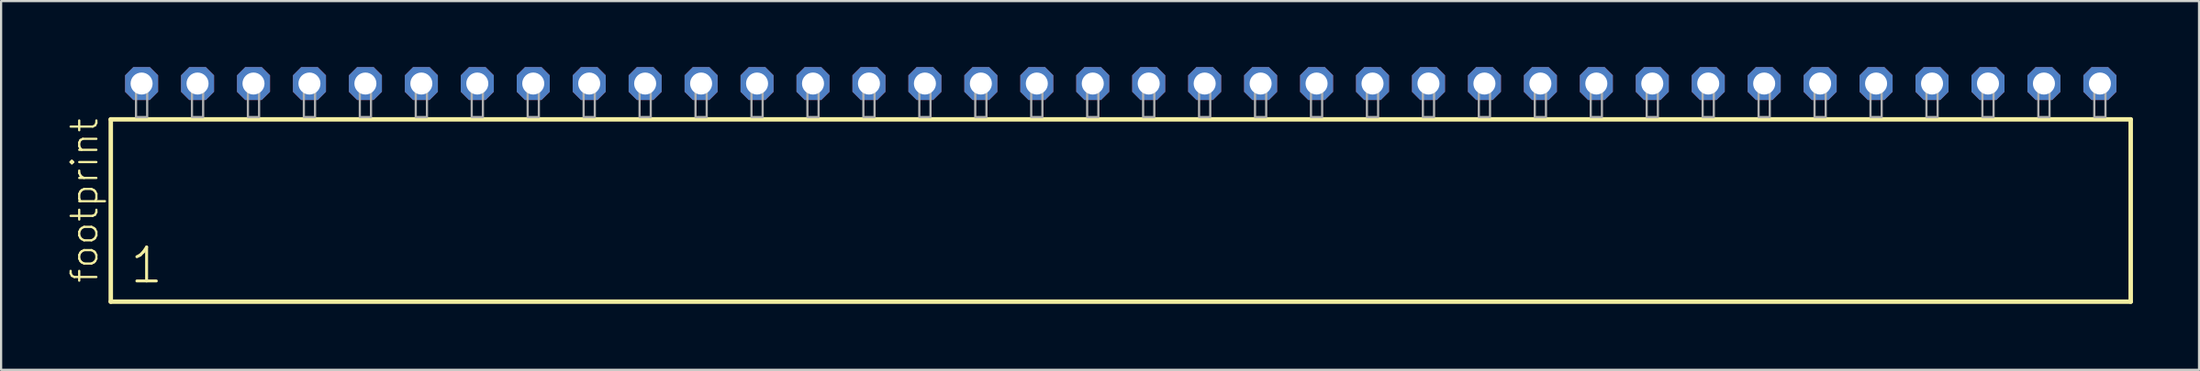
<source format=kicad_pcb>
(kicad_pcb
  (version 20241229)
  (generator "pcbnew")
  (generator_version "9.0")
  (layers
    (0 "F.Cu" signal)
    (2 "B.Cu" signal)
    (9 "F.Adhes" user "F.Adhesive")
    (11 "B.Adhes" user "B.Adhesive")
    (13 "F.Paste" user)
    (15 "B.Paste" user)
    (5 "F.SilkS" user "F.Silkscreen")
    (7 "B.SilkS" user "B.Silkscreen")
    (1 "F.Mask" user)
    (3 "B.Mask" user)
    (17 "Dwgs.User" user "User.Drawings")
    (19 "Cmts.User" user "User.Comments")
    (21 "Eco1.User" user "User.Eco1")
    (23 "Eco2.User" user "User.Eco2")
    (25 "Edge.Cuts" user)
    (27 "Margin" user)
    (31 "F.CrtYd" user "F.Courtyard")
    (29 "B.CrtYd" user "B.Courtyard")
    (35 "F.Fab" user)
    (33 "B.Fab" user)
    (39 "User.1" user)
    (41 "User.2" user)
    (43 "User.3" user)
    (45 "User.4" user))
  (footprint "footprint"
    (layer "F.Cu")
    (at 47.828 2.274)
    (property "Reference" "footprint" (at -46.355 7.62 90) (layer "F.SilkS") (effects (font (size 1.168 1.168) (thickness 0.102)) (justify left bottom)))
    (fp_line (start -45.849 0.106) (end -45.849 8.396) (stroke (width 0.203) (type solid)) (layer "F.SilkS"))
    (fp_line (start -45.849 8.396) (end 45.849 8.396) (stroke (width 0.203) (type solid)) (layer "F.SilkS"))
    (fp_line (start 45.849 0.106) (end -45.849 0.106) (stroke (width 0.203) (type solid)) (layer "F.SilkS"))
    (fp_line (start 45.849 8.396) (end 45.849 0.106) (stroke (width 0.203) (type solid)) (layer "F.SilkS"))
    (fp_poly (pts (xy -44.704 0) (xy -44.196 0) (xy -44.196 -1.778) (xy -44.704 -1.778)) (stroke (width 0.1) (type solid)) (fill no) (layer "F.Fab"))
    (fp_poly (pts (xy -42.164 0) (xy -41.656 0) (xy -41.656 -1.778) (xy -42.164 -1.778)) (stroke (width 0.1) (type solid)) (fill no) (layer "F.Fab"))
    (fp_poly (pts (xy -39.624 0) (xy -39.116 0) (xy -39.116 -1.778) (xy -39.624 -1.778)) (stroke (width 0.1) (type solid)) (fill no) (layer "F.Fab"))
    (fp_poly (pts (xy -37.084 0) (xy -36.576 0) (xy -36.576 -1.778) (xy -37.084 -1.778)) (stroke (width 0.1) (type solid)) (fill no) (layer "F.Fab"))
    (fp_poly (pts (xy -34.544 0) (xy -34.036 0) (xy -34.036 -1.778) (xy -34.544 -1.778)) (stroke (width 0.1) (type solid)) (fill no) (layer "F.Fab"))
    (fp_poly (pts (xy -32.004 0) (xy -31.496 0) (xy -31.496 -1.778) (xy -32.004 -1.778)) (stroke (width 0.1) (type solid)) (fill no) (layer "F.Fab"))
    (fp_poly (pts (xy -29.464 0) (xy -28.956 0) (xy -28.956 -1.778) (xy -29.464 -1.778)) (stroke (width 0.1) (type solid)) (fill no) (layer "F.Fab"))
    (fp_poly (pts (xy -26.924 0) (xy -26.416 0) (xy -26.416 -1.778) (xy -26.924 -1.778)) (stroke (width 0.1) (type solid)) (fill no) (layer "F.Fab"))
    (fp_poly (pts (xy -24.384 0) (xy -23.876 0) (xy -23.876 -1.778) (xy -24.384 -1.778)) (stroke (width 0.1) (type solid)) (fill no) (layer "F.Fab"))
    (fp_poly (pts (xy -21.844 0) (xy -21.336 0) (xy -21.336 -1.778) (xy -21.844 -1.778)) (stroke (width 0.1) (type solid)) (fill no) (layer "F.Fab"))
    (fp_poly (pts (xy -19.304 0) (xy -18.796 0) (xy -18.796 -1.778) (xy -19.304 -1.778)) (stroke (width 0.1) (type solid)) (fill no) (layer "F.Fab"))
    (fp_poly (pts (xy -16.764 0) (xy -16.256 0) (xy -16.256 -1.778) (xy -16.764 -1.778)) (stroke (width 0.1) (type solid)) (fill no) (layer "F.Fab"))
    (fp_poly (pts (xy -14.224 0) (xy -13.716 0) (xy -13.716 -1.778) (xy -14.224 -1.778)) (stroke (width 0.1) (type solid)) (fill no) (layer "F.Fab"))
    (fp_poly (pts (xy -11.684 0) (xy -11.176 0) (xy -11.176 -1.778) (xy -11.684 -1.778)) (stroke (width 0.1) (type solid)) (fill no) (layer "F.Fab"))
    (fp_poly (pts (xy -9.144 0) (xy -8.636 0) (xy -8.636 -1.778) (xy -9.144 -1.778)) (stroke (width 0.1) (type solid)) (fill no) (layer "F.Fab"))
    (fp_poly (pts (xy -6.604 0) (xy -6.096 0) (xy -6.096 -1.778) (xy -6.604 -1.778)) (stroke (width 0.1) (type solid)) (fill no) (layer "F.Fab"))
    (fp_poly (pts (xy -4.064 0) (xy -3.556 0) (xy -3.556 -1.778) (xy -4.064 -1.778)) (stroke (width 0.1) (type solid)) (fill no) (layer "F.Fab"))
    (fp_poly (pts (xy -1.524 0) (xy -1.016 0) (xy -1.016 -1.778) (xy -1.524 -1.778)) (stroke (width 0.1) (type solid)) (fill no) (layer "F.Fab"))
    (fp_poly (pts (xy 1.016 0) (xy 1.524 0) (xy 1.524 -1.778) (xy 1.016 -1.778)) (stroke (width 0.1) (type solid)) (fill no) (layer "F.Fab"))
    (fp_poly (pts (xy 3.556 0) (xy 4.064 0) (xy 4.064 -1.778) (xy 3.556 -1.778)) (stroke (width 0.1) (type solid)) (fill no) (layer "F.Fab"))
    (fp_poly (pts (xy 6.096 0) (xy 6.604 0) (xy 6.604 -1.778) (xy 6.096 -1.778)) (stroke (width 0.1) (type solid)) (fill no) (layer "F.Fab"))
    (fp_poly (pts (xy 8.636 0) (xy 9.144 0) (xy 9.144 -1.778) (xy 8.636 -1.778)) (stroke (width 0.1) (type solid)) (fill no) (layer "F.Fab"))
    (fp_poly (pts (xy 11.176 0) (xy 11.684 0) (xy 11.684 -1.778) (xy 11.176 -1.778)) (stroke (width 0.1) (type solid)) (fill no) (layer "F.Fab"))
    (fp_poly (pts (xy 13.716 0) (xy 14.224 0) (xy 14.224 -1.778) (xy 13.716 -1.778)) (stroke (width 0.1) (type solid)) (fill no) (layer "F.Fab"))
    (fp_poly (pts (xy 16.256 0) (xy 16.764 0) (xy 16.764 -1.778) (xy 16.256 -1.778)) (stroke (width 0.1) (type solid)) (fill no) (layer "F.Fab"))
    (fp_poly (pts (xy 18.796 0) (xy 19.304 0) (xy 19.304 -1.778) (xy 18.796 -1.778)) (stroke (width 0.1) (type solid)) (fill no) (layer "F.Fab"))
    (fp_poly (pts (xy 21.336 0) (xy 21.844 0) (xy 21.844 -1.778) (xy 21.336 -1.778)) (stroke (width 0.1) (type solid)) (fill no) (layer "F.Fab"))
    (fp_poly (pts (xy 23.876 0) (xy 24.384 0) (xy 24.384 -1.778) (xy 23.876 -1.778)) (stroke (width 0.1) (type solid)) (fill no) (layer "F.Fab"))
    (fp_poly (pts (xy 26.416 0) (xy 26.924 0) (xy 26.924 -1.778) (xy 26.416 -1.778)) (stroke (width 0.1) (type solid)) (fill no) (layer "F.Fab"))
    (fp_poly (pts (xy 28.956 0) (xy 29.464 0) (xy 29.464 -1.778) (xy 28.956 -1.778)) (stroke (width 0.1) (type solid)) (fill no) (layer "F.Fab"))
    (fp_poly (pts (xy 31.496 0) (xy 32.004 0) (xy 32.004 -1.778) (xy 31.496 -1.778)) (stroke (width 0.1) (type solid)) (fill no) (layer "F.Fab"))
    (fp_poly (pts (xy 34.036 0) (xy 34.544 0) (xy 34.544 -1.778) (xy 34.036 -1.778)) (stroke (width 0.1) (type solid)) (fill no) (layer "F.Fab"))
    (fp_poly (pts (xy 36.576 0) (xy 37.084 0) (xy 37.084 -1.778) (xy 36.576 -1.778)) (stroke (width 0.1) (type solid)) (fill no) (layer "F.Fab"))
    (fp_poly (pts (xy 39.116 0) (xy 39.624 0) (xy 39.624 -1.778) (xy 39.116 -1.778)) (stroke (width 0.1) (type solid)) (fill no) (layer "F.Fab"))
    (fp_poly (pts (xy 41.656 0) (xy 42.164 0) (xy 42.164 -1.778) (xy 41.656 -1.778)) (stroke (width 0.1) (type solid)) (fill no) (layer "F.Fab"))
    (fp_poly (pts (xy 44.196 0) (xy 44.704 0) (xy 44.704 -1.778) (xy 44.196 -1.778)) (stroke (width 0.1) (type solid)) (fill no) (layer "F.Fab"))
    (fp_text user "1" (at -45.045 7.65 0) (layer "F.SilkS") (effects (font (size 1.542 1.542) (thickness 0.134)) (justify left bottom)))
    (pad "1" thru_hole roundrect (at -44.45 -1.524) (size 1.5 1.5) (drill 1) (layers "*.Cu" "*.Mask") (roundrect_rratio 0.25) (chamfer_ratio 0.25) (chamfer top_left top_right bottom_left bottom_right))
    (pad "2" thru_hole roundrect (at -41.91 -1.524) (size 1.5 1.5) (drill 1) (layers "*.Cu" "*.Mask") (roundrect_rratio 0.25) (chamfer_ratio 0.25) (chamfer top_left top_right bottom_left bottom_right))
    (pad "3" thru_hole roundrect (at -39.37 -1.524) (size 1.5 1.5) (drill 1) (layers "*.Cu" "*.Mask") (roundrect_rratio 0.25) (chamfer_ratio 0.25) (chamfer top_left top_right bottom_left bottom_right))
    (pad "4" thru_hole roundrect (at -36.83 -1.524) (size 1.5 1.5) (drill 1) (layers "*.Cu" "*.Mask") (roundrect_rratio 0.25) (chamfer_ratio 0.25) (chamfer top_left top_right bottom_left bottom_right))
    (pad "5" thru_hole roundrect (at -34.29 -1.524) (size 1.5 1.5) (drill 1) (layers "*.Cu" "*.Mask") (roundrect_rratio 0.25) (chamfer_ratio 0.25) (chamfer top_left top_right bottom_left bottom_right))
    (pad "6" thru_hole roundrect (at -31.75 -1.524) (size 1.5 1.5) (drill 1) (layers "*.Cu" "*.Mask") (roundrect_rratio 0.25) (chamfer_ratio 0.25) (chamfer top_left top_right bottom_left bottom_right))
    (pad "7" thru_hole roundrect (at -29.21 -1.524) (size 1.5 1.5) (drill 1) (layers "*.Cu" "*.Mask") (roundrect_rratio 0.25) (chamfer_ratio 0.25) (chamfer top_left top_right bottom_left bottom_right))
    (pad "8" thru_hole roundrect (at -26.67 -1.524) (size 1.5 1.5) (drill 1) (layers "*.Cu" "*.Mask") (roundrect_rratio 0.25) (chamfer_ratio 0.25) (chamfer top_left top_right bottom_left bottom_right))
    (pad "9" thru_hole roundrect (at -24.13 -1.524) (size 1.5 1.5) (drill 1) (layers "*.Cu" "*.Mask") (roundrect_rratio 0.25) (chamfer_ratio 0.25) (chamfer top_left top_right bottom_left bottom_right))
    (pad "10" thru_hole roundrect (at -21.59 -1.524) (size 1.5 1.5) (drill 1) (layers "*.Cu" "*.Mask") (roundrect_rratio 0.25) (chamfer_ratio 0.25) (chamfer top_left top_right bottom_left bottom_right))
    (pad "11" thru_hole roundrect (at -19.05 -1.524) (size 1.5 1.5) (drill 1) (layers "*.Cu" "*.Mask") (roundrect_rratio 0.25) (chamfer_ratio 0.25) (chamfer top_left top_right bottom_left bottom_right))
    (pad "12" thru_hole roundrect (at -16.51 -1.524) (size 1.5 1.5) (drill 1) (layers "*.Cu" "*.Mask") (roundrect_rratio 0.25) (chamfer_ratio 0.25) (chamfer top_left top_right bottom_left bottom_right))
    (pad "13" thru_hole roundrect (at -13.97 -1.524) (size 1.5 1.5) (drill 1) (layers "*.Cu" "*.Mask") (roundrect_rratio 0.25) (chamfer_ratio 0.25) (chamfer top_left top_right bottom_left bottom_right))
    (pad "14" thru_hole roundrect (at -11.43 -1.524) (size 1.5 1.5) (drill 1) (layers "*.Cu" "*.Mask") (roundrect_rratio 0.25) (chamfer_ratio 0.25) (chamfer top_left top_right bottom_left bottom_right))
    (pad "15" thru_hole roundrect (at -8.89 -1.524) (size 1.5 1.5) (drill 1) (layers "*.Cu" "*.Mask") (roundrect_rratio 0.25) (chamfer_ratio 0.25) (chamfer top_left top_right bottom_left bottom_right))
    (pad "16" thru_hole roundrect (at -6.35 -1.524) (size 1.5 1.5) (drill 1) (layers "*.Cu" "*.Mask") (roundrect_rratio 0.25) (chamfer_ratio 0.25) (chamfer top_left top_right bottom_left bottom_right))
    (pad "17" thru_hole roundrect (at -3.81 -1.524) (size 1.5 1.5) (drill 1) (layers "*.Cu" "*.Mask") (roundrect_rratio 0.25) (chamfer_ratio 0.25) (chamfer top_left top_right bottom_left bottom_right))
    (pad "18" thru_hole roundrect (at -1.27 -1.524) (size 1.5 1.5) (drill 1) (layers "*.Cu" "*.Mask") (roundrect_rratio 0.25) (chamfer_ratio 0.25) (chamfer top_left top_right bottom_left bottom_right))
    (pad "19" thru_hole roundrect (at 1.27 -1.524) (size 1.5 1.5) (drill 1) (layers "*.Cu" "*.Mask") (roundrect_rratio 0.25) (chamfer_ratio 0.25) (chamfer top_left top_right bottom_left bottom_right))
    (pad "20" thru_hole roundrect (at 3.81 -1.524) (size 1.5 1.5) (drill 1) (layers "*.Cu" "*.Mask") (roundrect_rratio 0.25) (chamfer_ratio 0.25) (chamfer top_left top_right bottom_left bottom_right))
    (pad "21" thru_hole roundrect (at 6.35 -1.524) (size 1.5 1.5) (drill 1) (layers "*.Cu" "*.Mask") (roundrect_rratio 0.25) (chamfer_ratio 0.25) (chamfer top_left top_right bottom_left bottom_right))
    (pad "22" thru_hole roundrect (at 8.89 -1.524) (size 1.5 1.5) (drill 1) (layers "*.Cu" "*.Mask") (roundrect_rratio 0.25) (chamfer_ratio 0.25) (chamfer top_left top_right bottom_left bottom_right))
    (pad "23" thru_hole roundrect (at 11.43 -1.524) (size 1.5 1.5) (drill 1) (layers "*.Cu" "*.Mask") (roundrect_rratio 0.25) (chamfer_ratio 0.25) (chamfer top_left top_right bottom_left bottom_right))
    (pad "24" thru_hole roundrect (at 13.97 -1.524) (size 1.5 1.5) (drill 1) (layers "*.Cu" "*.Mask") (roundrect_rratio 0.25) (chamfer_ratio 0.25) (chamfer top_left top_right bottom_left bottom_right))
    (pad "25" thru_hole roundrect (at 16.51 -1.524) (size 1.5 1.5) (drill 1) (layers "*.Cu" "*.Mask") (roundrect_rratio 0.25) (chamfer_ratio 0.25) (chamfer top_left top_right bottom_left bottom_right))
    (pad "26" thru_hole roundrect (at 19.05 -1.524) (size 1.5 1.5) (drill 1) (layers "*.Cu" "*.Mask") (roundrect_rratio 0.25) (chamfer_ratio 0.25) (chamfer top_left top_right bottom_left bottom_right))
    (pad "27" thru_hole roundrect (at 21.59 -1.524) (size 1.5 1.5) (drill 1) (layers "*.Cu" "*.Mask") (roundrect_rratio 0.25) (chamfer_ratio 0.25) (chamfer top_left top_right bottom_left bottom_right))
    (pad "28" thru_hole roundrect (at 24.13 -1.524) (size 1.5 1.5) (drill 1) (layers "*.Cu" "*.Mask") (roundrect_rratio 0.25) (chamfer_ratio 0.25) (chamfer top_left top_right bottom_left bottom_right))
    (pad "29" thru_hole roundrect (at 26.67 -1.524) (size 1.5 1.5) (drill 1) (layers "*.Cu" "*.Mask") (roundrect_rratio 0.25) (chamfer_ratio 0.25) (chamfer top_left top_right bottom_left bottom_right))
    (pad "30" thru_hole roundrect (at 29.21 -1.524) (size 1.5 1.5) (drill 1) (layers "*.Cu" "*.Mask") (roundrect_rratio 0.25) (chamfer_ratio 0.25) (chamfer top_left top_right bottom_left bottom_right))
    (pad "31" thru_hole roundrect (at 31.75 -1.524) (size 1.5 1.5) (drill 1) (layers "*.Cu" "*.Mask") (roundrect_rratio 0.25) (chamfer_ratio 0.25) (chamfer top_left top_right bottom_left bottom_right))
    (pad "32" thru_hole roundrect (at 34.29 -1.524) (size 1.5 1.5) (drill 1) (layers "*.Cu" "*.Mask") (roundrect_rratio 0.25) (chamfer_ratio 0.25) (chamfer top_left top_right bottom_left bottom_right))
    (pad "33" thru_hole roundrect (at 36.83 -1.524) (size 1.5 1.5) (drill 1) (layers "*.Cu" "*.Mask") (roundrect_rratio 0.25) (chamfer_ratio 0.25) (chamfer top_left top_right bottom_left bottom_right))
    (pad "34" thru_hole roundrect (at 39.37 -1.524) (size 1.5 1.5) (drill 1) (layers "*.Cu" "*.Mask") (roundrect_rratio 0.25) (chamfer_ratio 0.25) (chamfer top_left top_right bottom_left bottom_right))
    (pad "35" thru_hole roundrect (at 41.91 -1.524) (size 1.5 1.5) (drill 1) (layers "*.Cu" "*.Mask") (roundrect_rratio 0.25) (chamfer_ratio 0.25) (chamfer top_left top_right bottom_left bottom_right))
    (pad "36" thru_hole roundrect (at 44.45 -1.524) (size 1.5 1.5) (drill 1) (layers "*.Cu" "*.Mask") (roundrect_rratio 0.25) (chamfer_ratio 0.25) (chamfer top_left top_right bottom_left bottom_right)))
  (gr_rect
    (start -3 -3)
    (end 96.779 13.772)
    (stroke (width 0.1) (type default))
    (fill no)
    (layer "Edge.Cuts")))
</source>
